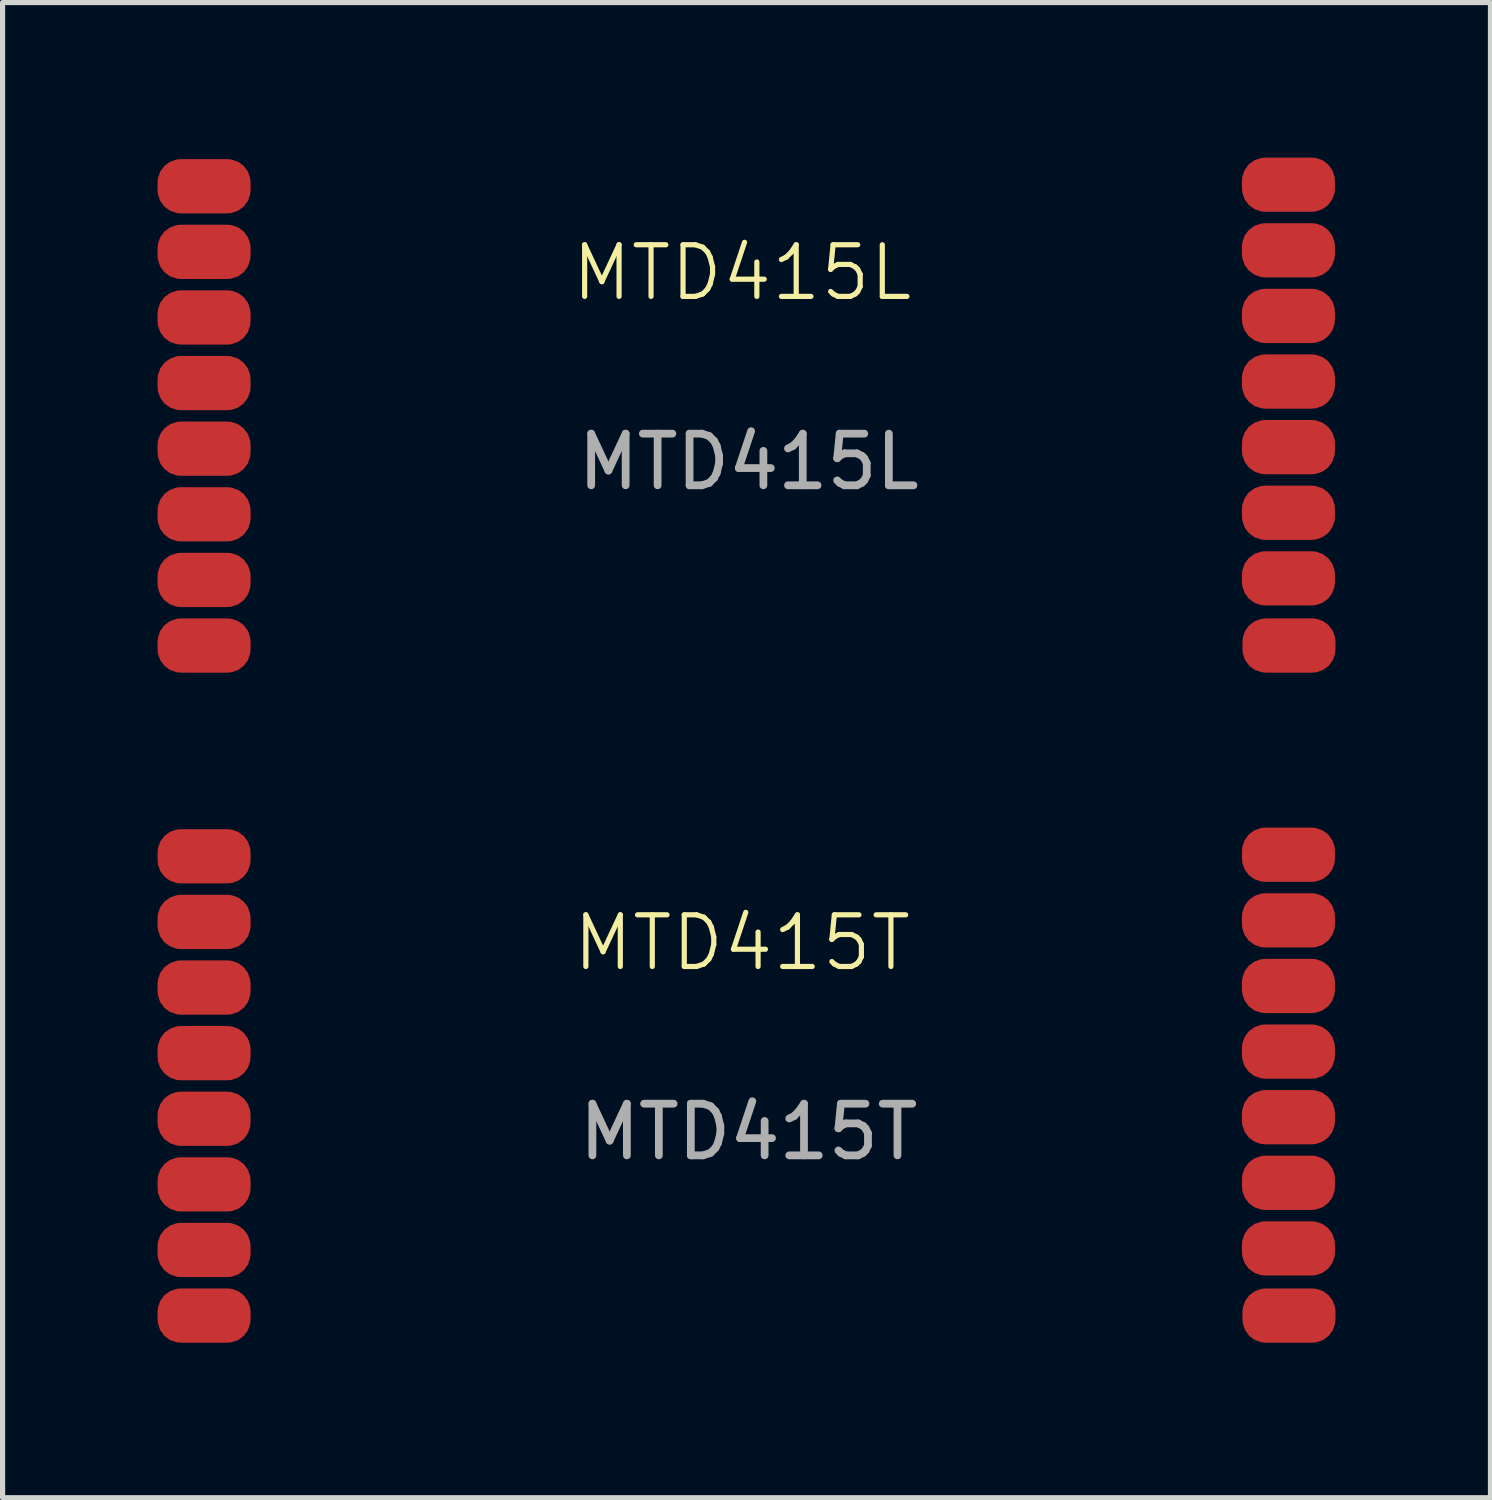
<source format=kicad_pcb>
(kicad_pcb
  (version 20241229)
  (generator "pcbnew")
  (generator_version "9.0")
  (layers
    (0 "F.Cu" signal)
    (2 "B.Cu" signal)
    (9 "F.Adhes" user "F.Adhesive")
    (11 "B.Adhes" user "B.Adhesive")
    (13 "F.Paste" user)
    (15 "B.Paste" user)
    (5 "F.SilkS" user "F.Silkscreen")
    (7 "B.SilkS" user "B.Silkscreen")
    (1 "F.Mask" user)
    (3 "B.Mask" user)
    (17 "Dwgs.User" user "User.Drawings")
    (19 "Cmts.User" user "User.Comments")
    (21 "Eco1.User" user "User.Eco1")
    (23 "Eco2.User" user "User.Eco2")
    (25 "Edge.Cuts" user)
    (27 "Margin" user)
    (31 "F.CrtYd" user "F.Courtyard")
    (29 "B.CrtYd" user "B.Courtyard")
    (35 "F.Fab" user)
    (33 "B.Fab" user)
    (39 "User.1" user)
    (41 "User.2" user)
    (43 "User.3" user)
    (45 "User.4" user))
  (footprint "MTD415L"
    (layer "F.Cu")
    (at 11.441 9.445)
    (property "Reference" "MTD415L" (at -0.127 -7.215 0) (unlocked yes) (layer "F.SilkS") (effects (font (size 1 1) (thickness 0.1))))
    (attr smd)
    (fp_text user "${REFERENCE}" (at 0 -3.556 0) (unlocked yes) (layer "F.Fab") (effects (font (size 1 1) (thickness 0.15))))
    (pad "1" smd roundrect (at -10.541 -8.89) (size 1.8 1.05) (layers "F.Cu" "F.Mask" "F.Paste") (roundrect_rratio 0.429))
    (pad "2" smd roundrect (at -10.541 -7.62) (size 1.8 1.05) (layers "F.Cu" "F.Mask" "F.Paste") (roundrect_rratio 0.429))
    (pad "3" smd roundrect (at -10.541 -6.35) (size 1.8 1.05) (layers "F.Cu" "F.Mask" "F.Paste") (roundrect_rratio 0.429))
    (pad "4" smd roundrect (at -10.541 -5.08) (size 1.8 1.05) (layers "F.Cu" "F.Mask" "F.Paste") (roundrect_rratio 0.429))
    (pad "5" smd roundrect (at -10.541 -3.81) (size 1.8 1.05) (layers "F.Cu" "F.Mask" "F.Paste") (roundrect_rratio 0.429))
    (pad "6" smd roundrect (at -10.541 -2.54) (size 1.8 1.05) (layers "F.Cu" "F.Mask" "F.Paste") (roundrect_rratio 0.429))
    (pad "7" smd roundrect (at -10.541 -1.27) (size 1.8 1.05) (layers "F.Cu" "F.Mask" "F.Paste") (roundrect_rratio 0.429))
    (pad "8" smd roundrect (at -10.541 0) (size 1.8 1.05) (layers "F.Cu" "F.Mask" "F.Paste") (roundrect_rratio 0.429))
    (pad "9" smd roundrect (at 10.449 -8.92) (size 1.8 1.05) (layers "F.Cu" "F.Mask" "F.Paste") (roundrect_rratio 0.429))
    (pad "10" smd roundrect (at 10.449 -7.65) (size 1.8 1.05) (layers "F.Cu" "F.Mask" "F.Paste") (roundrect_rratio 0.429))
    (pad "11" smd roundrect (at 10.449 -6.38) (size 1.8 1.05) (layers "F.Cu" "F.Mask" "F.Paste") (roundrect_rratio 0.429))
    (pad "12" smd roundrect (at 10.449 -5.11) (size 1.8 1.05) (layers "F.Cu" "F.Mask" "F.Paste") (roundrect_rratio 0.429))
    (pad "13" smd roundrect (at 10.449 -3.84) (size 1.8 1.05) (layers "F.Cu" "F.Mask" "F.Paste") (roundrect_rratio 0.429))
    (pad "14" smd roundrect (at 10.449 -2.57) (size 1.8 1.05) (layers "F.Cu" "F.Mask" "F.Paste") (roundrect_rratio 0.429))
    (pad "15" smd roundrect (at 10.449 -1.3) (size 1.8 1.05) (layers "F.Cu" "F.Mask" "F.Paste") (roundrect_rratio 0.429))
    (pad "16" smd roundrect (at 10.459 0) (size 1.8 1.05) (layers "F.Cu" "F.Mask" "F.Paste") (roundrect_rratio 0.429)))
  (footprint "MTD415T"
    (layer "F.Cu")
    (at 11.441 22.415)
    (property "Reference" "MTD415T" (at -0.127 -7.215 0) (unlocked yes) (layer "F.SilkS") (effects (font (size 1 1) (thickness 0.1))))
    (attr smd)
    (fp_text user "${REFERENCE}" (at 0 -3.556 0) (unlocked yes) (layer "F.Fab") (effects (font (size 1 1) (thickness 0.15))))
    (pad "1" smd roundrect (at -10.541 -8.89) (size 1.8 1.05) (layers "F.Cu" "F.Mask" "F.Paste") (roundrect_rratio 0.429))
    (pad "2" smd roundrect (at -10.541 -7.62) (size 1.8 1.05) (layers "F.Cu" "F.Mask" "F.Paste") (roundrect_rratio 0.429))
    (pad "3" smd roundrect (at -10.541 -6.35) (size 1.8 1.05) (layers "F.Cu" "F.Mask" "F.Paste") (roundrect_rratio 0.429))
    (pad "4" smd roundrect (at -10.541 -5.08) (size 1.8 1.05) (layers "F.Cu" "F.Mask" "F.Paste") (roundrect_rratio 0.429))
    (pad "5" smd roundrect (at -10.541 -3.81) (size 1.8 1.05) (layers "F.Cu" "F.Mask" "F.Paste") (roundrect_rratio 0.429))
    (pad "6" smd roundrect (at -10.541 -2.54) (size 1.8 1.05) (layers "F.Cu" "F.Mask" "F.Paste") (roundrect_rratio 0.429))
    (pad "7" smd roundrect (at -10.541 -1.27) (size 1.8 1.05) (layers "F.Cu" "F.Mask" "F.Paste") (roundrect_rratio 0.429))
    (pad "8" smd roundrect (at -10.541 0) (size 1.8 1.05) (layers "F.Cu" "F.Mask" "F.Paste") (roundrect_rratio 0.429))
    (pad "9" smd roundrect (at 10.449 -8.92) (size 1.8 1.05) (layers "F.Cu" "F.Mask" "F.Paste") (roundrect_rratio 0.429))
    (pad "10" smd roundrect (at 10.449 -7.65) (size 1.8 1.05) (layers "F.Cu" "F.Mask" "F.Paste") (roundrect_rratio 0.429))
    (pad "11" smd roundrect (at 10.449 -6.38) (size 1.8 1.05) (layers "F.Cu" "F.Mask" "F.Paste") (roundrect_rratio 0.429))
    (pad "12" smd roundrect (at 10.449 -5.11) (size 1.8 1.05) (layers "F.Cu" "F.Mask" "F.Paste") (roundrect_rratio 0.429))
    (pad "13" smd roundrect (at 10.449 -3.84) (size 1.8 1.05) (layers "F.Cu" "F.Mask" "F.Paste") (roundrect_rratio 0.429))
    (pad "14" smd roundrect (at 10.449 -2.57) (size 1.8 1.05) (layers "F.Cu" "F.Mask" "F.Paste") (roundrect_rratio 0.429))
    (pad "15" smd roundrect (at 10.449 -1.3) (size 1.8 1.05) (layers "F.Cu" "F.Mask" "F.Paste") (roundrect_rratio 0.429))
    (pad "16" smd roundrect (at 10.459 0) (size 1.8 1.05) (layers "F.Cu" "F.Mask" "F.Paste") (roundrect_rratio 0.429)))
  (gr_rect
    (start -3 -3)
    (end 25.8 25.94)
    (stroke (width 0.1) (type default))
    (fill no)
    (layer "Edge.Cuts")))
</source>
